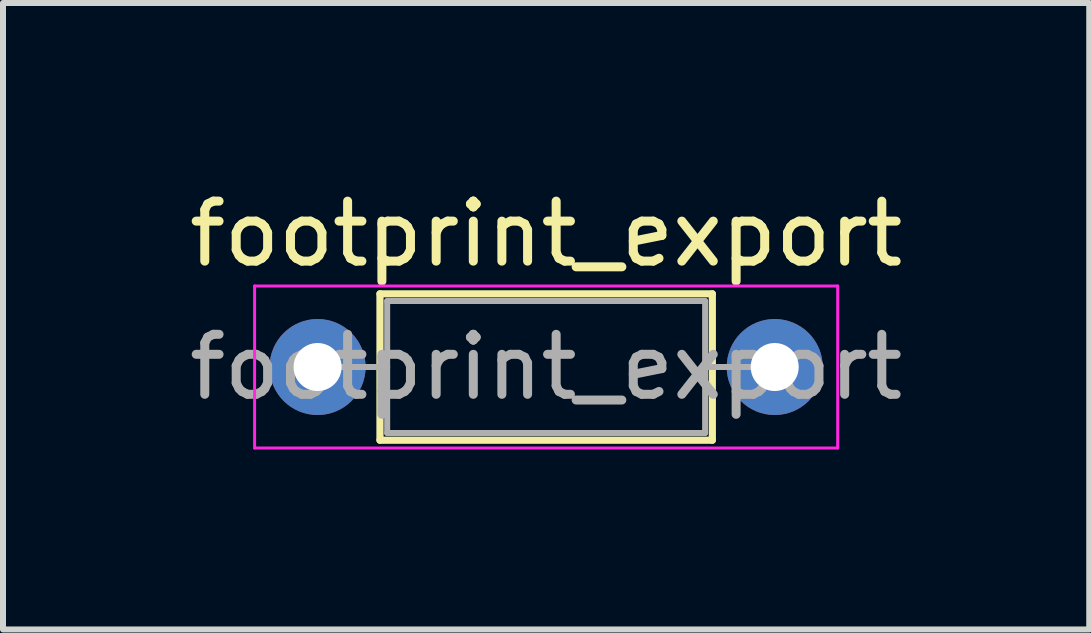
<source format=kicad_pcb>
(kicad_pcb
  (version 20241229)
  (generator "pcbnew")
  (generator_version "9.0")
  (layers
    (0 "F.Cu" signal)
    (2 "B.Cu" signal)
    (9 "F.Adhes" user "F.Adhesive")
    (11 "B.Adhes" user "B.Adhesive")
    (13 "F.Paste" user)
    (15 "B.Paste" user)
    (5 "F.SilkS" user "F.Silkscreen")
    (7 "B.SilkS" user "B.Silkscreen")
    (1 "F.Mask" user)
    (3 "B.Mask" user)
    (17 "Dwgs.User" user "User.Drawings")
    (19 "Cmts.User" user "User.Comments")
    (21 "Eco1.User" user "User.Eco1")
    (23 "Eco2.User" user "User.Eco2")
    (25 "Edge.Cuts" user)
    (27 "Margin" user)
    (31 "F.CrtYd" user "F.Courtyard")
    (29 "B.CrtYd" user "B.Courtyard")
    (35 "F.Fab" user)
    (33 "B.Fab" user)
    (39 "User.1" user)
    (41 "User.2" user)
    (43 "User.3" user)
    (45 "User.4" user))
  (footprint "footprint_export"
    (layer "F.Cu")
    (at 2.244 3.068)
    (property "Reference" "footprint_export" (at 3.81 -2.22 0) (layer "F.SilkS") (effects (font (size 1 1) (thickness 0.15))))
    (attr through_hole)
    (fp_line (start 1.04 -1.22) (end 1.04 1.22) (stroke (width 0.12) (type solid)) (layer "F.SilkS"))
    (fp_line (start 1.04 1.22) (end 6.58 1.22) (stroke (width 0.12) (type solid)) (layer "F.SilkS"))
    (fp_line (start 6.58 -1.22) (end 1.04 -1.22) (stroke (width 0.12) (type solid)) (layer "F.SilkS"))
    (fp_line (start 6.58 1.22) (end 6.58 -1.22) (stroke (width 0.12) (type solid)) (layer "F.SilkS"))
    (fp_line (start -1.05 -1.35) (end -1.05 1.35) (stroke (width 0.05) (type solid)) (layer "F.CrtYd"))
    (fp_line (start -1.05 1.35) (end 8.67 1.35) (stroke (width 0.05) (type solid)) (layer "F.CrtYd"))
    (fp_line (start 8.67 -1.35) (end -1.05 -1.35) (stroke (width 0.05) (type solid)) (layer "F.CrtYd"))
    (fp_line (start 8.67 1.35) (end 8.67 -1.35) (stroke (width 0.05) (type solid)) (layer "F.CrtYd"))
    (fp_line (start 0 0) (end 1.16 0) (stroke (width 0.1) (type solid)) (layer "F.Fab"))
    (fp_line (start 1.16 -1.1) (end 1.16 1.1) (stroke (width 0.1) (type solid)) (layer "F.Fab"))
    (fp_line (start 1.16 1.1) (end 6.46 1.1) (stroke (width 0.1) (type solid)) (layer "F.Fab"))
    (fp_line (start 6.46 -1.1) (end 1.16 -1.1) (stroke (width 0.1) (type solid)) (layer "F.Fab"))
    (fp_line (start 6.46 1.1) (end 6.46 -1.1) (stroke (width 0.1) (type solid)) (layer "F.Fab"))
    (fp_line (start 7.62 0) (end 6.46 0) (stroke (width 0.1) (type solid)) (layer "F.Fab"))
    (fp_text user "${REFERENCE}" (at 3.81 0 0) (layer "F.Fab") (effects (font (size 1 1) (thickness 0.15))))
    (pad "1" thru_hole circle (at 0 0) (size 1.6 1.6) (drill 0.8) (layers "*.Cu" "*.Mask"))
    (pad "2" thru_hole oval (at 7.62 0) (size 1.6 1.6) (drill 0.8) (layers "*.Cu" "*.Mask")))
  (gr_rect
    (start -3 -3)
    (end 15.107 7.443)
    (stroke (width 0.1) (type default))
    (fill no)
    (layer "Edge.Cuts")))
</source>
